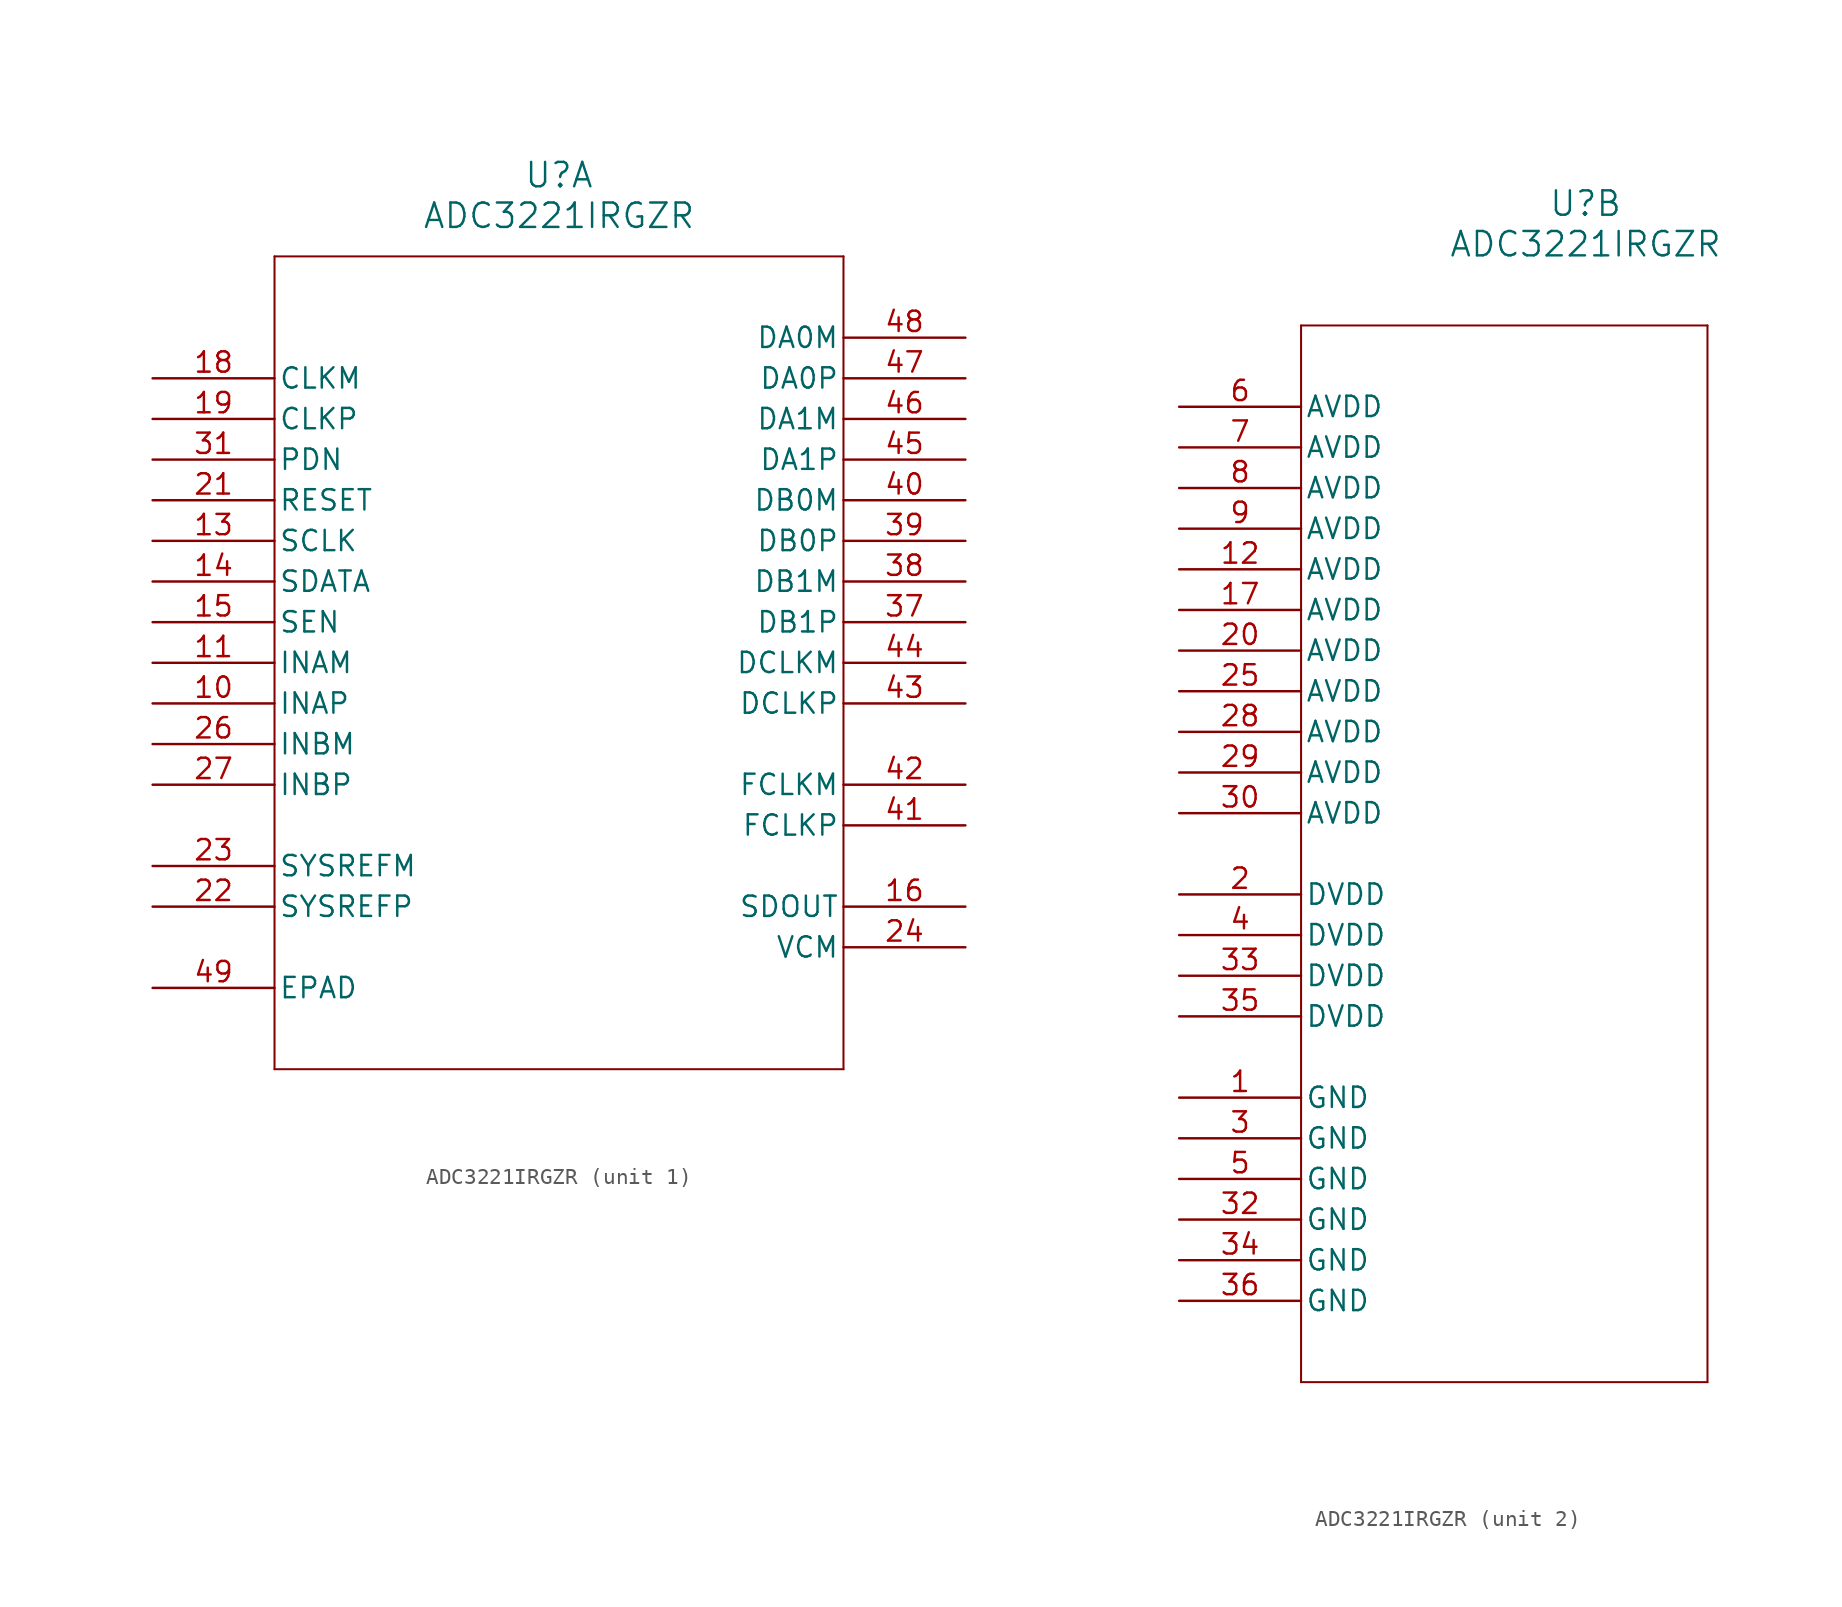
<source format=kicad_sym>
(kicad_symbol_lib
  (version 20220914)
  (generator kicad_symbol_editor)
  (symbol "ADC3221IRGZR"
    (pin_names
      (offset 0.254))
    (property "Reference" "U"
      (at 25.4 12.7 0)
      (effects (font (size 1.524 1.524))))
    (property "Value" "ADC3221IRGZR"
      (at 25.4 10.16 0)
      (effects (font (size 1.524 1.524))))
    (property "ki_locked" ""
      (at 0 0 0)
      (effects (font (size 1.27 1.27))))
    (symbol "ADC3221IRGZR_1_1"
      (polyline (pts (xy 7.62 -43.18) (xy 43.18 -43.18)) (stroke (width 0.127) (type default)) (fill (type none)))
      (polyline (pts (xy 7.62 7.62) (xy 7.62 -43.18)) (stroke (width 0.127) (type default)) (fill (type none)))
      (polyline (pts (xy 43.18 -43.18) (xy 43.18 7.62)) (stroke (width 0.127) (type default)) (fill (type none)))
      (polyline (pts (xy 43.18 7.62) (xy 7.62 7.62)) (stroke (width 0.127) (type default)) (fill (type none)))
      (pin input line (at 0 -20.32 0) (length 7.62) (name "INAP" (effects (font (size 1.27 1.27)))) (number "10" (effects (font (size 1.27 1.27)))))
      (pin input line (at 0 -17.78 0) (length 7.62) (name "INAM" (effects (font (size 1.27 1.27)))) (number "11" (effects (font (size 1.27 1.27)))))
      (pin input line (at 0 -10.16 0) (length 7.62) (name "SCLK" (effects (font (size 1.27 1.27)))) (number "13" (effects (font (size 1.27 1.27)))))
      (pin input line (at 0 -12.7 0) (length 7.62) (name "SDATA" (effects (font (size 1.27 1.27)))) (number "14" (effects (font (size 1.27 1.27)))))
      (pin input line (at 0 -15.24 0) (length 7.62) (name "SEN" (effects (font (size 1.27 1.27)))) (number "15" (effects (font (size 1.27 1.27)))))
      (pin output line (at 50.8 -33.02 180) (length 7.62) (name "SDOUT" (effects (font (size 1.27 1.27)))) (number "16" (effects (font (size 1.27 1.27)))))
      (pin input line (at 0 0 0) (length 7.62) (name "CLKM" (effects (font (size 1.27 1.27)))) (number "18" (effects (font (size 1.27 1.27)))))
      (pin input line (at 0 -2.54 0) (length 7.62) (name "CLKP" (effects (font (size 1.27 1.27)))) (number "19" (effects (font (size 1.27 1.27)))))
      (pin input line (at 0 -7.62 0) (length 7.62) (name "RESET" (effects (font (size 1.27 1.27)))) (number "21" (effects (font (size 1.27 1.27)))))
      (pin input line (at 0 -33.02 0) (length 7.62) (name "SYSREFP" (effects (font (size 1.27 1.27)))) (number "22" (effects (font (size 1.27 1.27)))))
      (pin input line (at 0 -30.48 0) (length 7.62) (name "SYSREFM" (effects (font (size 1.27 1.27)))) (number "23" (effects (font (size 1.27 1.27)))))
      (pin output line (at 50.8 -35.56 180) (length 7.62) (name "VCM" (effects (font (size 1.27 1.27)))) (number "24" (effects (font (size 1.27 1.27)))))
      (pin input line (at 0 -22.86 0) (length 7.62) (name "INBM" (effects (font (size 1.27 1.27)))) (number "26" (effects (font (size 1.27 1.27)))))
      (pin input line (at 0 -25.4 0) (length 7.62) (name "INBP" (effects (font (size 1.27 1.27)))) (number "27" (effects (font (size 1.27 1.27)))))
      (pin input line (at 0 -5.08 0) (length 7.62) (name "PDN" (effects (font (size 1.27 1.27)))) (number "31" (effects (font (size 1.27 1.27)))))
      (pin output line (at 50.8 -15.24 180) (length 7.62) (name "DB1P" (effects (font (size 1.27 1.27)))) (number "37" (effects (font (size 1.27 1.27)))))
      (pin output line (at 50.8 -12.7 180) (length 7.62) (name "DB1M" (effects (font (size 1.27 1.27)))) (number "38" (effects (font (size 1.27 1.27)))))
      (pin output line (at 50.8 -10.16 180) (length 7.62) (name "DB0P" (effects (font (size 1.27 1.27)))) (number "39" (effects (font (size 1.27 1.27)))))
      (pin output line (at 50.8 -7.62 180) (length 7.62) (name "DB0M" (effects (font (size 1.27 1.27)))) (number "40" (effects (font (size 1.27 1.27)))))
      (pin output line (at 50.8 -27.94 180) (length 7.62) (name "FCLKP" (effects (font (size 1.27 1.27)))) (number "41" (effects (font (size 1.27 1.27)))))
      (pin output line (at 50.8 -25.4 180) (length 7.62) (name "FCLKM" (effects (font (size 1.27 1.27)))) (number "42" (effects (font (size 1.27 1.27)))))
      (pin output line (at 50.8 -20.32 180) (length 7.62) (name "DCLKP" (effects (font (size 1.27 1.27)))) (number "43" (effects (font (size 1.27 1.27)))))
      (pin output line (at 50.8 -17.78 180) (length 7.62) (name "DCLKM" (effects (font (size 1.27 1.27)))) (number "44" (effects (font (size 1.27 1.27)))))
      (pin output line (at 50.8 -5.08 180) (length 7.62) (name "DA1P" (effects (font (size 1.27 1.27)))) (number "45" (effects (font (size 1.27 1.27)))))
      (pin output line (at 50.8 -2.54 180) (length 7.62) (name "DA1M" (effects (font (size 1.27 1.27)))) (number "46" (effects (font (size 1.27 1.27)))))
      (pin output line (at 50.8 0 180) (length 7.62) (name "DA0P" (effects (font (size 1.27 1.27)))) (number "47" (effects (font (size 1.27 1.27)))))
      (pin output line (at 50.8 2.54 180) (length 7.62) (name "DA0M" (effects (font (size 1.27 1.27)))) (number "48" (effects (font (size 1.27 1.27)))))
      (pin unspecified line (at 0 -38.1 0) (length 7.62) (name "EPAD" (effects (font (size 1.27 1.27)))) (number "49" (effects (font (size 1.27 1.27))))))
    (symbol "ADC3221IRGZR_2_1"
      (polyline (pts (xy 7.62 -60.96) (xy 33.02 -60.96)) (stroke (width 0.127) (type default)) (fill (type none)))
      (polyline (pts (xy 7.62 5.08) (xy 7.62 -60.96)) (stroke (width 0.127) (type default)) (fill (type none)))
      (polyline (pts (xy 33.02 -60.96) (xy 33.02 5.08)) (stroke (width 0.127) (type default)) (fill (type none)))
      (polyline (pts (xy 33.02 5.08) (xy 7.62 5.08)) (stroke (width 0.127) (type default)) (fill (type none)))
      (pin power_in line (at 0 -43.18 0) (length 7.62) (name "GND" (effects (font (size 1.27 1.27)))) (number "1" (effects (font (size 1.27 1.27)))))
      (pin power_in line (at 0 -10.16 0) (length 7.62) (name "AVDD" (effects (font (size 1.27 1.27)))) (number "12" (effects (font (size 1.27 1.27)))))
      (pin power_in line (at 0 -12.7 0) (length 7.62) (name "AVDD" (effects (font (size 1.27 1.27)))) (number "17" (effects (font (size 1.27 1.27)))))
      (pin power_in line (at 0 -30.48 0) (length 7.62) (name "DVDD" (effects (font (size 1.27 1.27)))) (number "2" (effects (font (size 1.27 1.27)))))
      (pin power_in line (at 0 -15.24 0) (length 7.62) (name "AVDD" (effects (font (size 1.27 1.27)))) (number "20" (effects (font (size 1.27 1.27)))))
      (pin power_in line (at 0 -17.78 0) (length 7.62) (name "AVDD" (effects (font (size 1.27 1.27)))) (number "25" (effects (font (size 1.27 1.27)))))
      (pin power_in line (at 0 -20.32 0) (length 7.62) (name "AVDD" (effects (font (size 1.27 1.27)))) (number "28" (effects (font (size 1.27 1.27)))))
      (pin power_in line (at 0 -22.86 0) (length 7.62) (name "AVDD" (effects (font (size 1.27 1.27)))) (number "29" (effects (font (size 1.27 1.27)))))
      (pin power_in line (at 0 -45.72 0) (length 7.62) (name "GND" (effects (font (size 1.27 1.27)))) (number "3" (effects (font (size 1.27 1.27)))))
      (pin power_in line (at 0 -25.4 0) (length 7.62) (name "AVDD" (effects (font (size 1.27 1.27)))) (number "30" (effects (font (size 1.27 1.27)))))
      (pin power_in line (at 0 -50.8 0) (length 7.62) (name "GND" (effects (font (size 1.27 1.27)))) (number "32" (effects (font (size 1.27 1.27)))))
      (pin power_in line (at 0 -35.56 0) (length 7.62) (name "DVDD" (effects (font (size 1.27 1.27)))) (number "33" (effects (font (size 1.27 1.27)))))
      (pin power_in line (at 0 -53.34 0) (length 7.62) (name "GND" (effects (font (size 1.27 1.27)))) (number "34" (effects (font (size 1.27 1.27)))))
      (pin power_in line (at 0 -38.1 0) (length 7.62) (name "DVDD" (effects (font (size 1.27 1.27)))) (number "35" (effects (font (size 1.27 1.27)))))
      (pin power_in line (at 0 -55.88 0) (length 7.62) (name "GND" (effects (font (size 1.27 1.27)))) (number "36" (effects (font (size 1.27 1.27)))))
      (pin power_in line (at 0 -33.02 0) (length 7.62) (name "DVDD" (effects (font (size 1.27 1.27)))) (number "4" (effects (font (size 1.27 1.27)))))
      (pin power_in line (at 0 -48.26 0) (length 7.62) (name "GND" (effects (font (size 1.27 1.27)))) (number "5" (effects (font (size 1.27 1.27)))))
      (pin power_in line (at 0 0 0) (length 7.62) (name "AVDD" (effects (font (size 1.27 1.27)))) (number "6" (effects (font (size 1.27 1.27)))))
      (pin power_in line (at 0 -2.54 0) (length 7.62) (name "AVDD" (effects (font (size 1.27 1.27)))) (number "7" (effects (font (size 1.27 1.27)))))
      (pin power_in line (at 0 -5.08 0) (length 7.62) (name "AVDD" (effects (font (size 1.27 1.27)))) (number "8" (effects (font (size 1.27 1.27)))))
      (pin power_in line (at 0 -7.62 0) (length 7.62) (name "AVDD" (effects (font (size 1.27 1.27)))) (number "9" (effects (font (size 1.27 1.27))))))))
</source>
